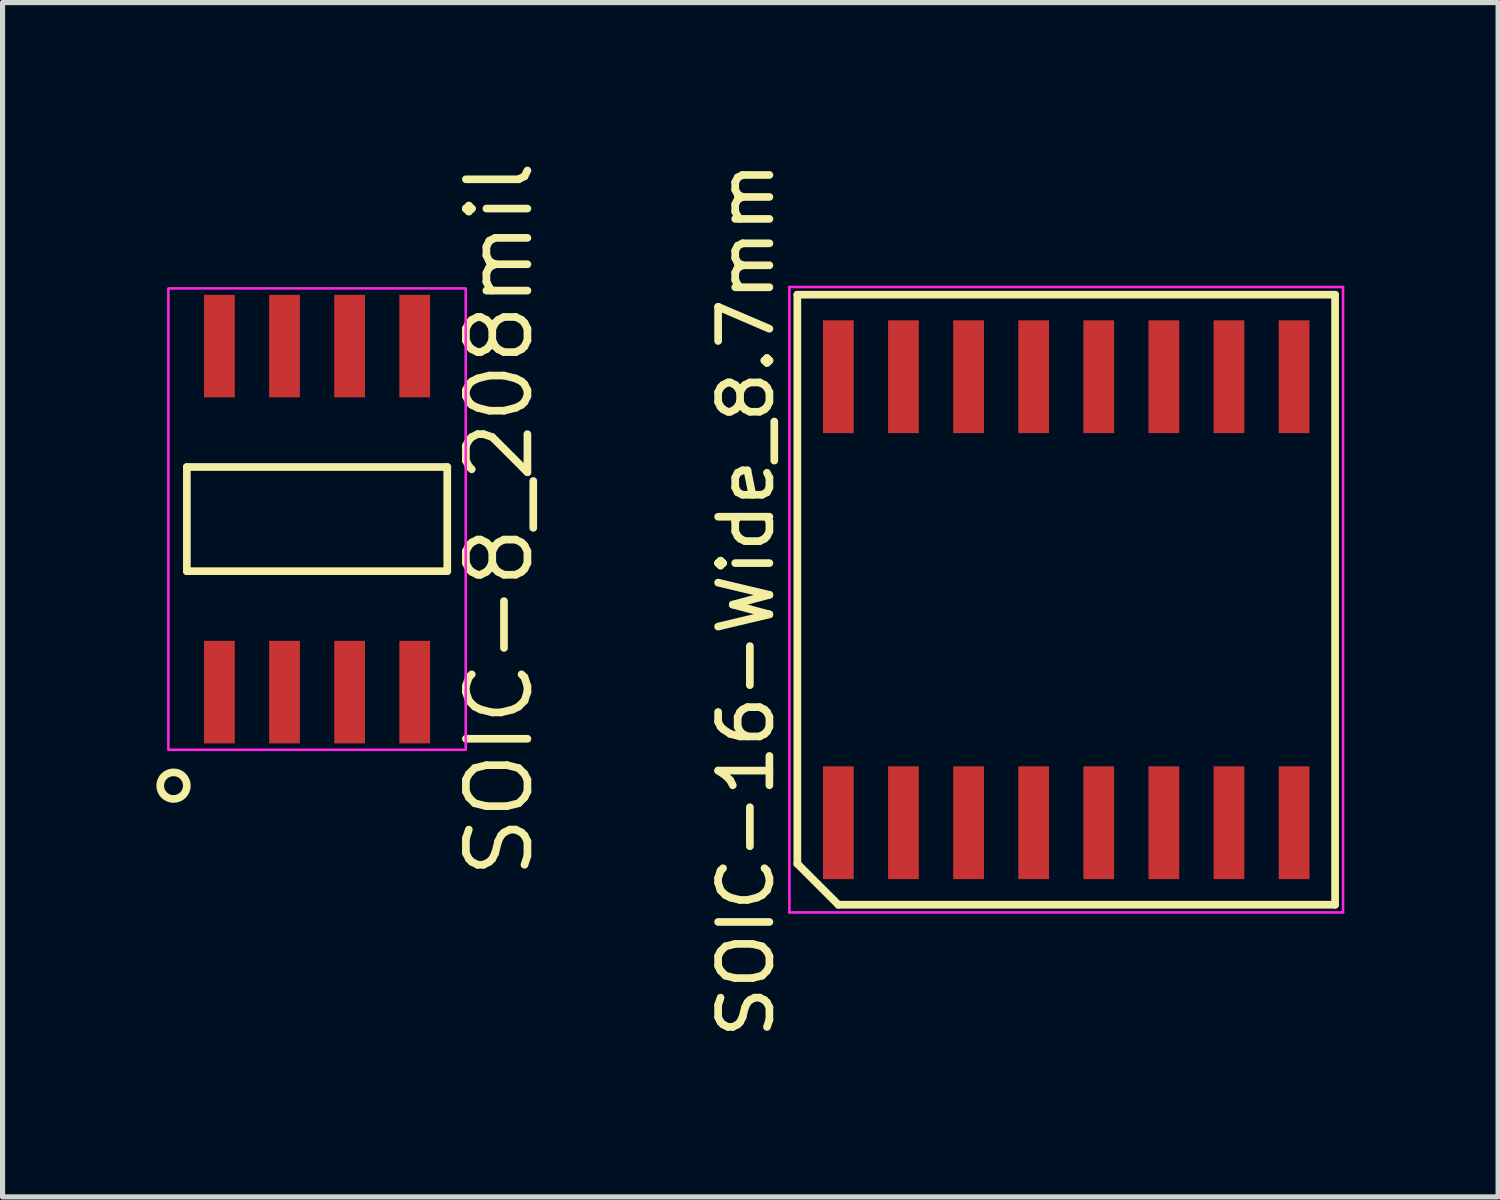
<source format=kicad_pcb>
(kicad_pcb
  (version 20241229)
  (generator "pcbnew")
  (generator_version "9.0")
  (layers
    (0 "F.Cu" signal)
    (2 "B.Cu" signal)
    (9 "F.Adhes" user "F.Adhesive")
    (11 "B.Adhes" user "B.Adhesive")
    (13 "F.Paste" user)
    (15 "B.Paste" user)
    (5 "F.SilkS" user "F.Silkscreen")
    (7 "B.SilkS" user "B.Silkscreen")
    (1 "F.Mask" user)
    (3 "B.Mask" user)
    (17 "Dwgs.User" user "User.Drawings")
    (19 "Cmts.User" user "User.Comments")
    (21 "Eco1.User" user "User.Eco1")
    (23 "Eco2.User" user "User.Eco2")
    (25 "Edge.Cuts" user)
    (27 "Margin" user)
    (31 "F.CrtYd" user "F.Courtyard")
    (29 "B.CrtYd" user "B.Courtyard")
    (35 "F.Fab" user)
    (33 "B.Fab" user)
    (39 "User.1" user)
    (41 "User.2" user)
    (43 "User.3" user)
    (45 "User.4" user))
  (footprint "SOIC-16-Wide_8.7mm"
    (layer "F.Cu")
    (at 17.749 8.649)
    (property "Reference" "SOIC-16-Wide_8.7mm" (at -6.245 0 90) (layer "F.SilkS") (effects (font (size 1 1) (thickness 0.15))))
    (attr smd)
    (fp_line (start -5.245 -5.95) (end 5.245 -5.95) (stroke (width 0.15) (type solid)) (layer "F.SilkS"))
    (fp_line (start -5.245 5.15) (end -5.245 -5.95) (stroke (width 0.15) (type solid)) (layer "F.SilkS"))
    (fp_line (start -4.445 5.95) (end -5.245 5.15) (stroke (width 0.15) (type solid)) (layer "F.SilkS"))
    (fp_line (start 5.245 -5.95) (end 5.245 5.95) (stroke (width 0.15) (type solid)) (layer "F.SilkS"))
    (fp_line (start 5.245 5.95) (end -4.445 5.95) (stroke (width 0.15) (type solid)) (layer "F.SilkS"))
    (fp_line (start -5.4 -6.1) (end 5.4 -6.1) (stroke (width 0.05) (type solid)) (layer "F.CrtYd"))
    (fp_line (start -5.4 6.1) (end -5.4 -6.1) (stroke (width 0.05) (type solid)) (layer "F.CrtYd"))
    (fp_line (start 5.4 -6.1) (end 5.4 6.1) (stroke (width 0.05) (type solid)) (layer "F.CrtYd"))
    (fp_line (start 5.4 6.1) (end -5.4 6.1) (stroke (width 0.05) (type solid)) (layer "F.CrtYd"))
    (pad "1" smd rect (at -4.445 4.35) (size 0.6 2.2) (layers "F.Cu" "F.Mask" "F.Paste"))
    (pad "2" smd rect (at -3.175 4.35) (size 0.6 2.2) (layers "F.Cu" "F.Mask" "F.Paste"))
    (pad "3" smd rect (at -1.905 4.35) (size 0.6 2.2) (layers "F.Cu" "F.Mask" "F.Paste"))
    (pad "4" smd rect (at -0.635 4.35) (size 0.6 2.2) (layers "F.Cu" "F.Mask" "F.Paste"))
    (pad "5" smd rect (at 0.635 4.35) (size 0.6 2.2) (layers "F.Cu" "F.Mask" "F.Paste"))
    (pad "6" smd rect (at 1.905 4.35) (size 0.6 2.2) (layers "F.Cu" "F.Mask" "F.Paste"))
    (pad "7" smd rect (at 3.175 4.35) (size 0.6 2.2) (layers "F.Cu" "F.Mask" "F.Paste"))
    (pad "8" smd rect (at 4.445 4.35) (size 0.6 2.2) (layers "F.Cu" "F.Mask" "F.Paste"))
    (pad "9" smd rect (at 4.445 -4.35) (size 0.6 2.2) (layers "F.Cu" "F.Mask" "F.Paste"))
    (pad "10" smd rect (at 3.175 -4.35) (size 0.6 2.2) (layers "F.Cu" "F.Mask" "F.Paste"))
    (pad "11" smd rect (at 1.905 -4.35) (size 0.6 2.2) (layers "F.Cu" "F.Mask" "F.Paste"))
    (pad "12" smd rect (at 0.635 -4.35) (size 0.6 2.2) (layers "F.Cu" "F.Mask" "F.Paste"))
    (pad "13" smd rect (at -0.635 -4.35) (size 0.6 2.2) (layers "F.Cu" "F.Mask" "F.Paste"))
    (pad "14" smd rect (at -1.905 -4.35) (size 0.6 2.2) (layers "F.Cu" "F.Mask" "F.Paste"))
    (pad "15" smd rect (at -3.175 -4.35) (size 0.6 2.2) (layers "F.Cu" "F.Mask" "F.Paste"))
    (pad "16" smd rect (at -4.445 -4.35) (size 0.6 2.2) (layers "F.Cu" "F.Mask" "F.Paste")))
  (footprint "SOIC-8_208mil"
    (layer "F.Cu")
    (at 3.135 7.076)
    (property "Reference" "SOIC-8_208mil" (at 3.556 0 90) (layer "F.SilkS") (effects (font (size 1.2 1.2) (thickness 0.15))))
    (attr through_hole)
    (fp_line (start -2.54 -1.016) (end -2.54 1.016) (stroke (width 0.15) (type solid)) (layer "F.SilkS"))
    (fp_line (start -2.54 1.016) (end 2.54 1.016) (stroke (width 0.15) (type solid)) (layer "F.SilkS"))
    (fp_line (start 2.54 -1.016) (end -2.54 -1.016) (stroke (width 0.15) (type solid)) (layer "F.SilkS"))
    (fp_line (start 2.54 1.016) (end 2.54 -1.016) (stroke (width 0.15) (type solid)) (layer "F.SilkS"))
    (fp_circle (center -2.8 5.2) (end -2.544 5.244) (stroke (width 0.15) (type solid)) (fill no) (layer "F.SilkS"))
    (fp_rect (start -2.9 -4.5) (end 2.9 4.5) (stroke (width 0.05) (type solid)) (fill no) (layer "F.CrtYd"))
    (pad "1" smd rect (at -1.905 3.375) (size 0.6 2) (layers "F.Cu" "F.Mask" "F.Paste"))
    (pad "2" smd rect (at -0.635 3.375) (size 0.6 2) (layers "F.Cu" "F.Mask" "F.Paste"))
    (pad "3" smd rect (at 0.635 3.375) (size 0.6 2) (layers "F.Cu" "F.Mask" "F.Paste"))
    (pad "4" smd rect (at 1.905 3.375) (size 0.6 2) (layers "F.Cu" "F.Mask" "F.Paste"))
    (pad "5" smd rect (at 1.905 -3.375) (size 0.6 2) (layers "F.Cu" "F.Mask" "F.Paste"))
    (pad "6" smd rect (at 0.635 -3.375) (size 0.6 2) (layers "F.Cu" "F.Mask" "F.Paste"))
    (pad "7" smd rect (at -0.635 -3.375) (size 0.6 2) (layers "F.Cu" "F.Mask" "F.Paste"))
    (pad "8" smd rect (at -1.905 -3.375) (size 0.6 2) (layers "F.Cu" "F.Mask" "F.Paste")))
  (gr_rect
    (start -3 -3)
    (end 26.174 20.298)
    (stroke (width 0.1) (type default))
    (fill no)
    (layer "Edge.Cuts")))
</source>
